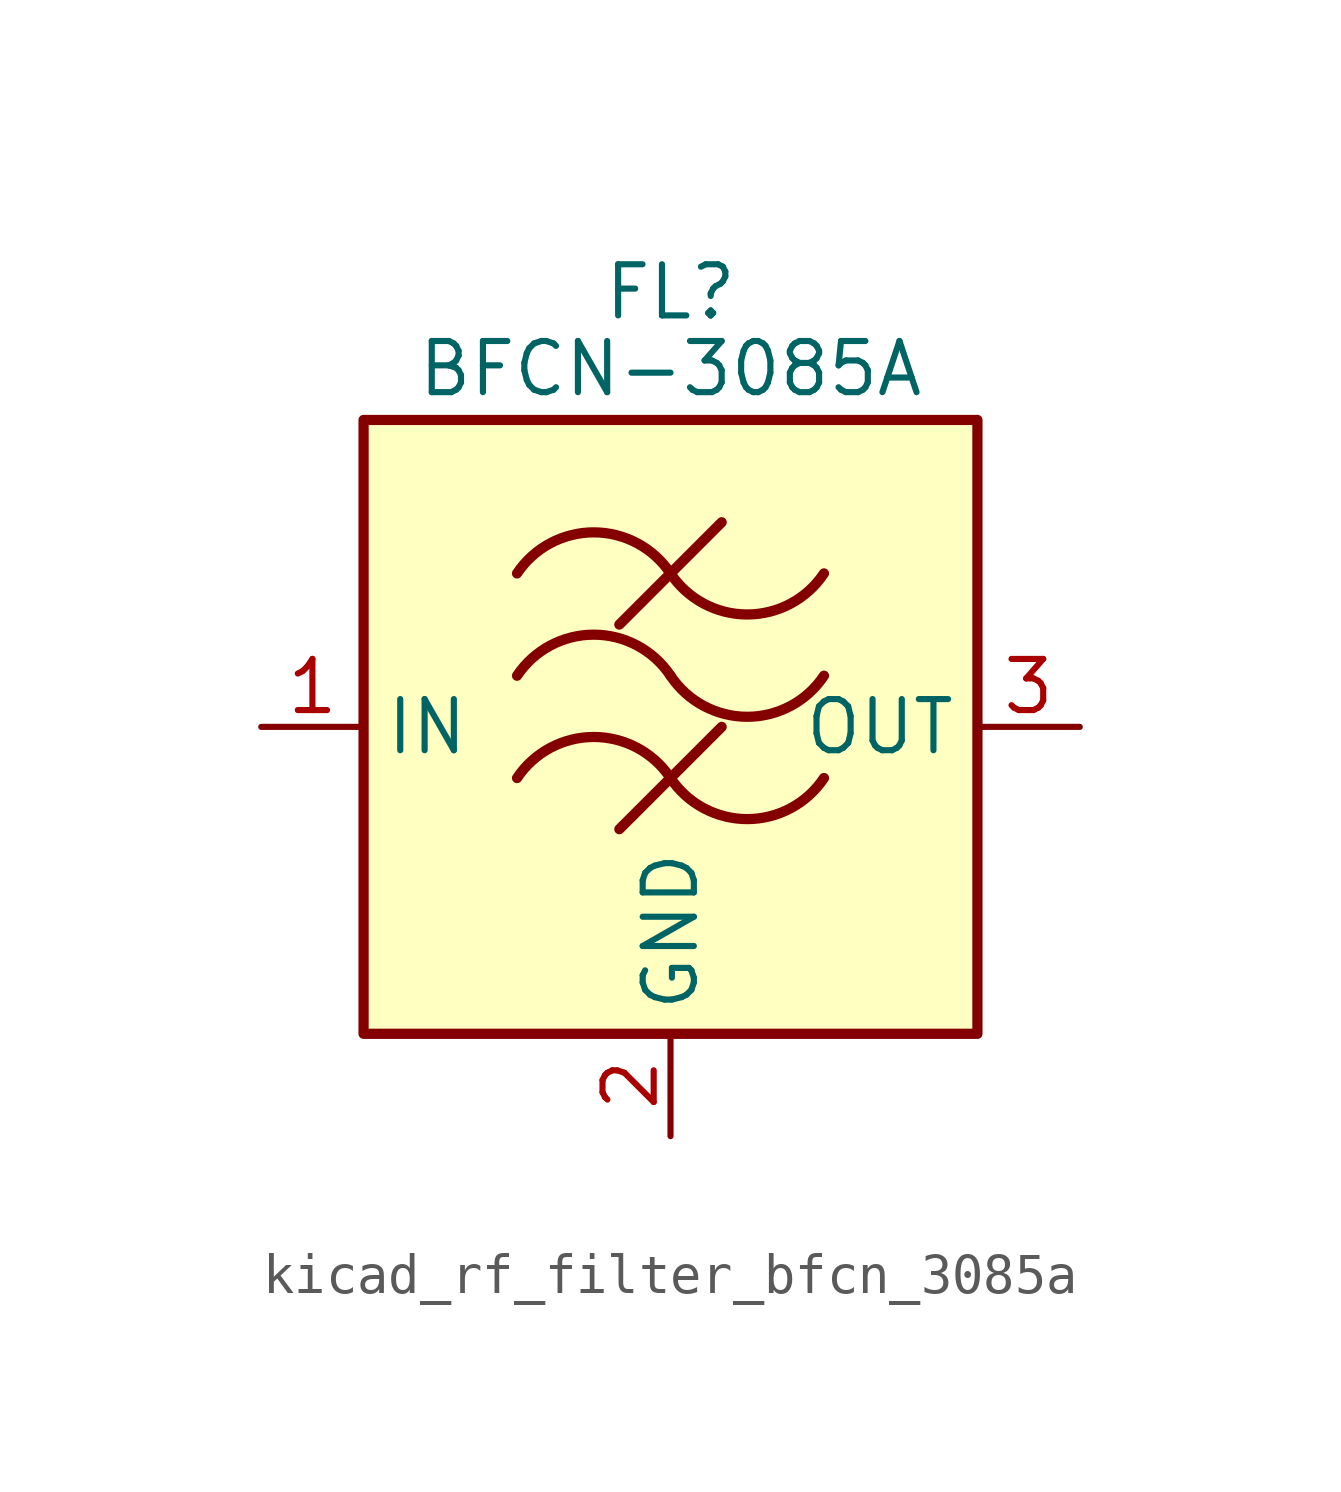
<source format=kicad_sym>
(kicad_symbol_lib
  (version 20220914)
  (generator kicad_symbol_editor)
  (symbol "kicad_rf_filter_bfcn_3085a"
    (property "Reference" "FL"
      (at 0 10.795 0)
      (effects (font (size 1.27 1.27))))
    (property "Value" "BFCN-3085A"
      (at 0 8.89 0)
      (effects (font (size 1.27 1.27))))
    (symbol "kicad_rf_filter_bfcn_3085a_0_1"
      (rectangle (start -7.62 7.62) (end 7.62 -7.62) (stroke (width 0.254) (type default)) (fill (type background)))
      (arc (start 0 -1.27) (mid -1.905 -0.2505) (end -3.81 -1.27) (stroke (width 0.254) (type default)) (fill (type none)))
      (arc (start 0 -1.27) (mid 1.905 -2.2895) (end 3.81 -1.27) (stroke (width 0.254) (type default)) (fill (type none)))
      (polyline (pts (xy -1.27 -2.54) (xy 1.27 0)) (stroke (width 0.254) (type default)) (fill (type none)))
      (polyline (pts (xy -1.27 2.54) (xy 1.27 5.08)) (stroke (width 0.254) (type default)) (fill (type none)))
      (arc (start 0 1.27) (mid -1.905 2.2895) (end -3.81 1.27) (stroke (width 0.254) (type default)) (fill (type none)))
      (arc (start 0 1.27) (mid 1.905 0.2505) (end 3.81 1.27) (stroke (width 0.254) (type default)) (fill (type none)))
      (arc (start 0 3.81) (mid -1.905 4.8295) (end -3.81 3.81) (stroke (width 0.254) (type default)) (fill (type none)))
      (arc (start 0 3.81) (mid 1.905 2.7905) (end 3.81 3.81) (stroke (width 0.254) (type default)) (fill (type none))))
    (symbol "kicad_rf_filter_bfcn_3085a_1_1"
      (pin passive line (at -10.16 0 0) (length 2.54) (name "IN" (effects (font (size 1.27 1.27)))) (number "1" (effects (font (size 1.27 1.27)))))
      (pin passive line (at 0 -10.16 90) (length 2.54) (name "GND" (effects (font (size 1.27 1.27)))) (number "2" (effects (font (size 1.27 1.27)))))
      (pin passive line (at 10.16 0 180) (length 2.54) (name "OUT" (effects (font (size 1.27 1.27)))) (number "3" (effects (font (size 1.27 1.27)))))
      (pin passive line (at 0 -10.16 90) (length 2.54) hide (name "GND" (effects (font (size 1.27 1.27)))) (number "4" (effects (font (size 1.27 1.27))))))))
</source>
